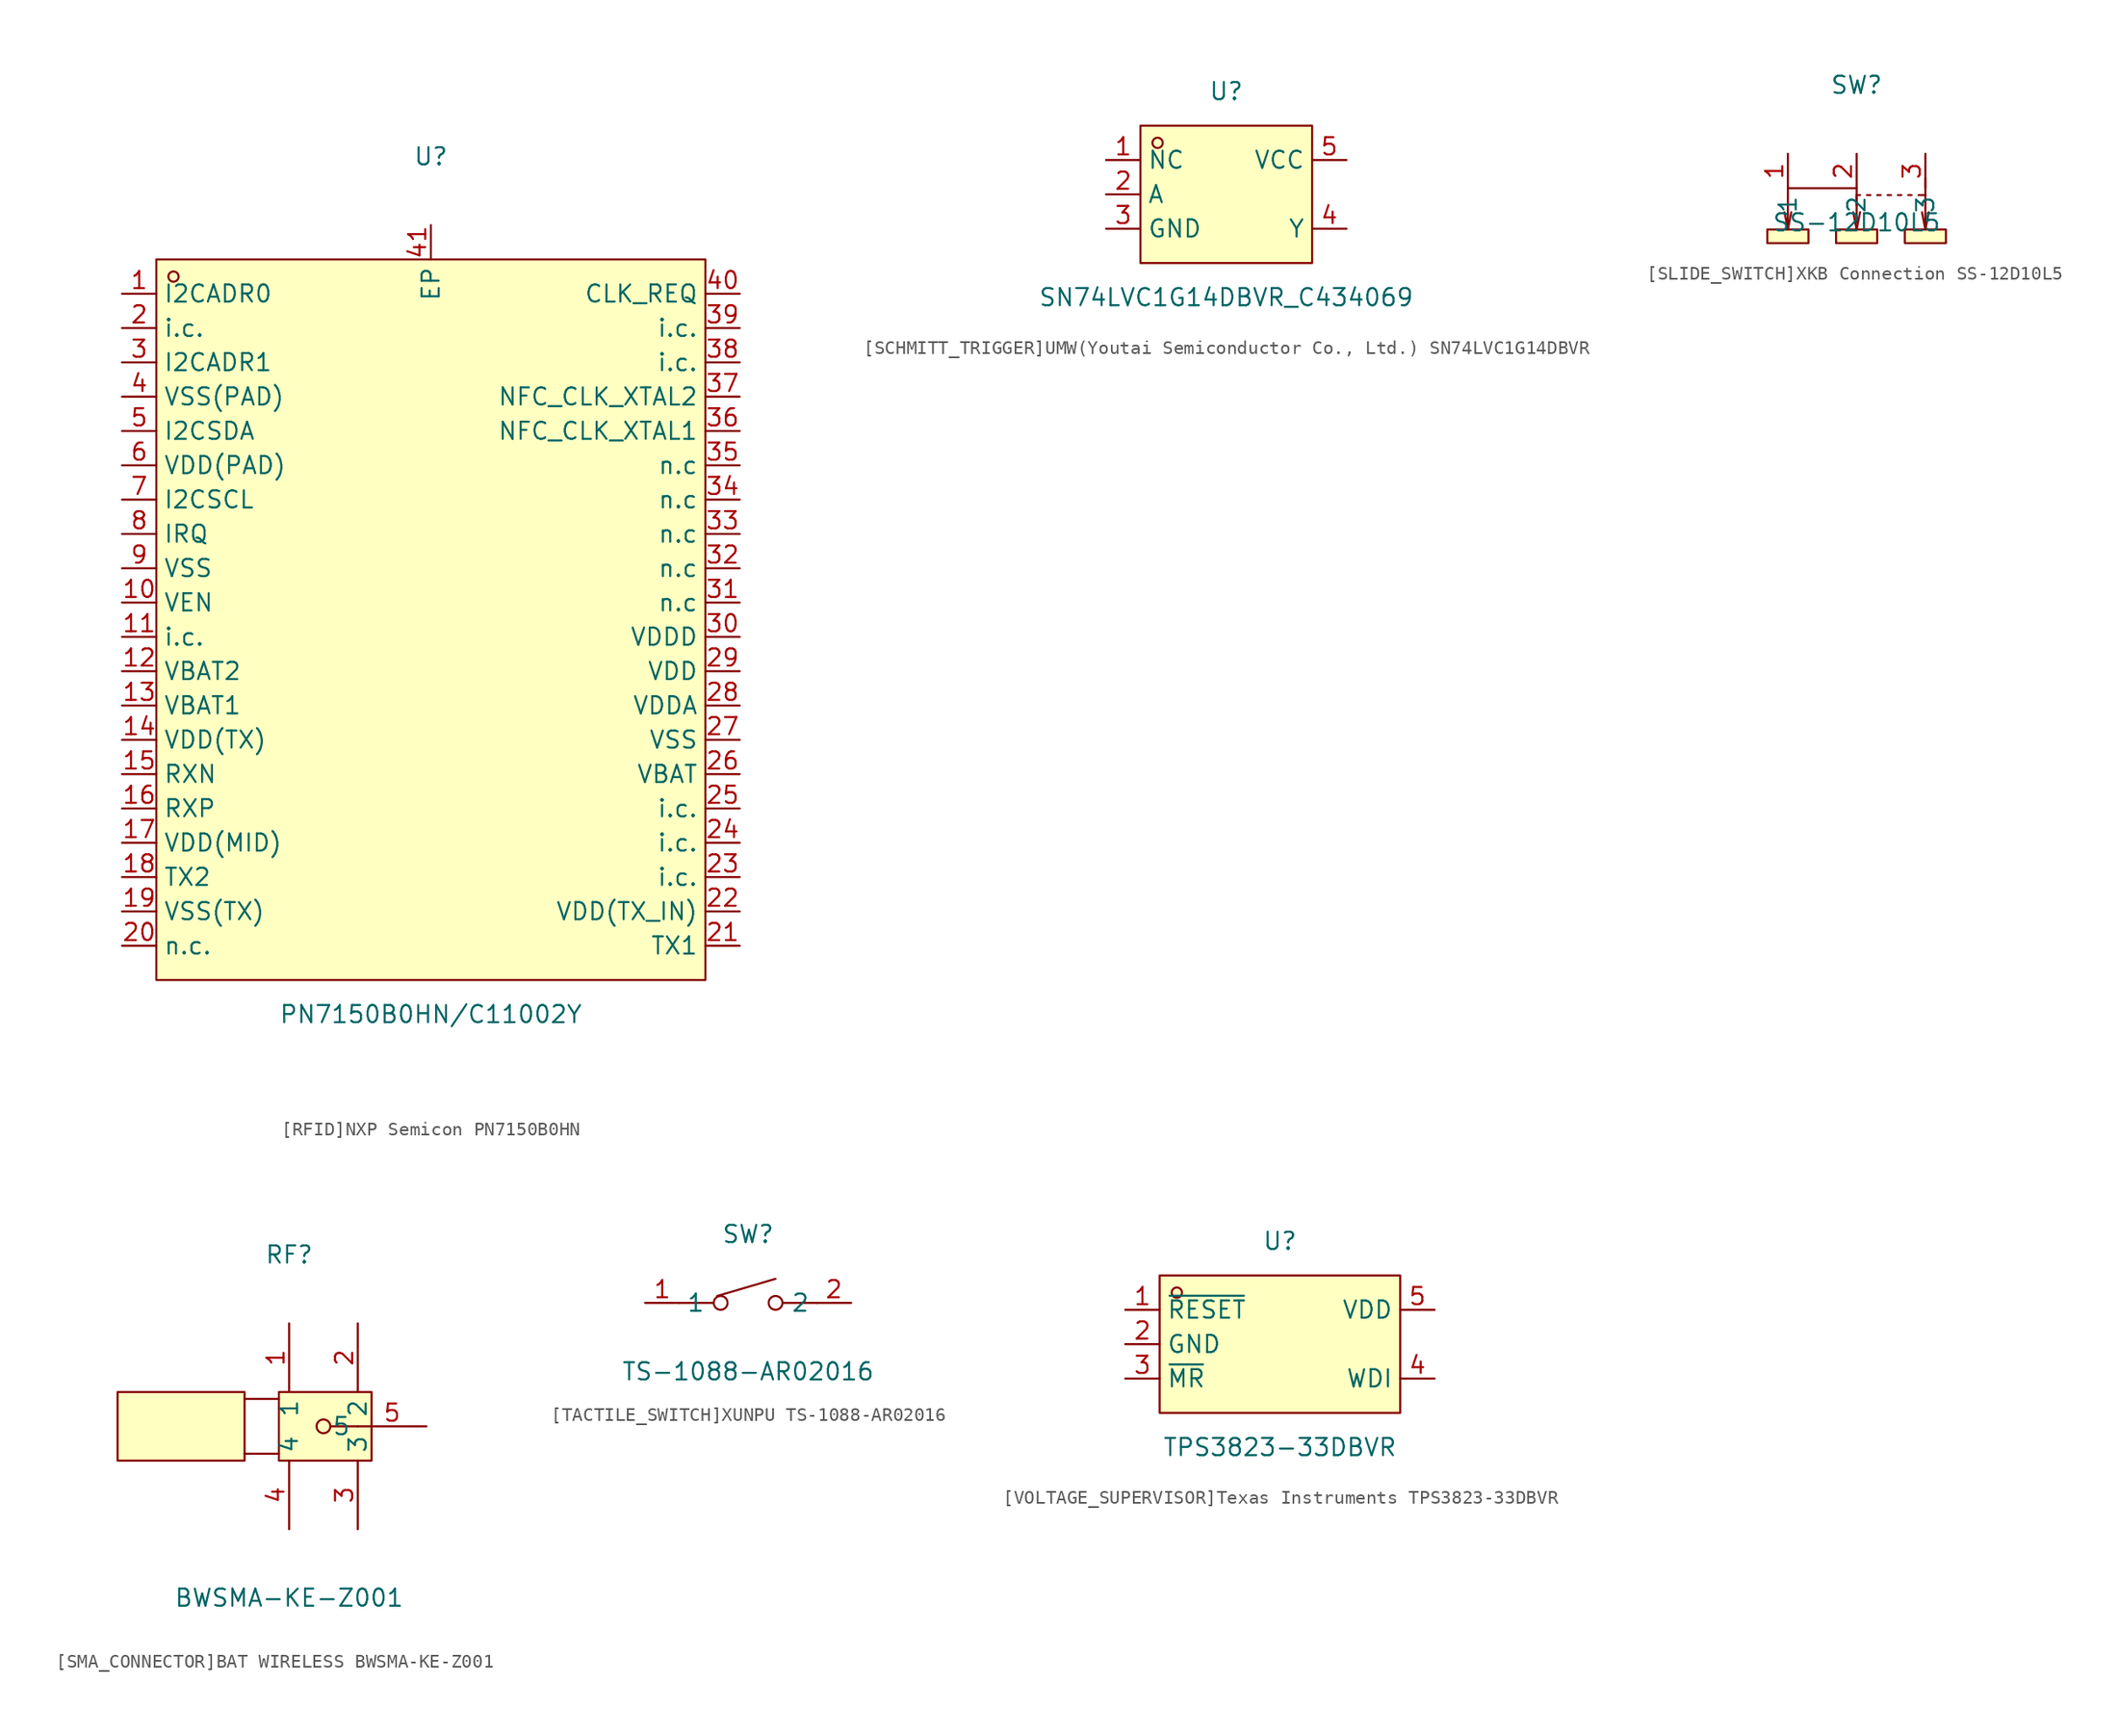
<source format=kicad_sym>
(kicad_symbol_lib
  (version 20220914)
  (generator kicad_symbol_editor)
  (symbol "[RFID]NXP Semicon PN7150B0HN"
    (property "Reference" "U"
      (at 0 34.29 0)
      (effects (font (size 1.27 1.27))))
    (property "Value" "PN7150B0HN/C11002Y"
      (at 0 -29.21 0)
      (effects (font (size 1.27 1.27))))
    (symbol "[RFID]NXP Semicon PN7150B0HN_0_1"
      (rectangle (start -20.32 26.67) (end 20.32 -26.67) (stroke (width 0) (type default)) (fill (type background)))
      (circle (center -19.05 25.4) (radius 0.38) (stroke (width 0) (type default)) (fill (type none)))
      (pin unspecified line (at -22.86 24.13 0) (length 2.54) (name "I2CADR0" (effects (font (size 1.27 1.27)))) (number "1" (effects (font (size 1.27 1.27)))))
      (pin unspecified line (at -22.86 1.27 0) (length 2.54) (name "VEN" (effects (font (size 1.27 1.27)))) (number "10" (effects (font (size 1.27 1.27)))))
      (pin unspecified line (at -22.86 -1.27 0) (length 2.54) (name "i.c." (effects (font (size 1.27 1.27)))) (number "11" (effects (font (size 1.27 1.27)))))
      (pin unspecified line (at -22.86 -3.81 0) (length 2.54) (name "VBAT2" (effects (font (size 1.27 1.27)))) (number "12" (effects (font (size 1.27 1.27)))))
      (pin unspecified line (at -22.86 -6.35 0) (length 2.54) (name "VBAT1" (effects (font (size 1.27 1.27)))) (number "13" (effects (font (size 1.27 1.27)))))
      (pin unspecified line (at -22.86 -8.89 0) (length 2.54) (name "VDD(TX)" (effects (font (size 1.27 1.27)))) (number "14" (effects (font (size 1.27 1.27)))))
      (pin unspecified line (at -22.86 -11.43 0) (length 2.54) (name "RXN" (effects (font (size 1.27 1.27)))) (number "15" (effects (font (size 1.27 1.27)))))
      (pin unspecified line (at -22.86 -13.97 0) (length 2.54) (name "RXP" (effects (font (size 1.27 1.27)))) (number "16" (effects (font (size 1.27 1.27)))))
      (pin unspecified line (at -22.86 -16.51 0) (length 2.54) (name "VDD(MID)" (effects (font (size 1.27 1.27)))) (number "17" (effects (font (size 1.27 1.27)))))
      (pin unspecified line (at -22.86 -19.05 0) (length 2.54) (name "TX2" (effects (font (size 1.27 1.27)))) (number "18" (effects (font (size 1.27 1.27)))))
      (pin unspecified line (at -22.86 -21.59 0) (length 2.54) (name "VSS(TX)" (effects (font (size 1.27 1.27)))) (number "19" (effects (font (size 1.27 1.27)))))
      (pin unspecified line (at -22.86 21.59 0) (length 2.54) (name "i.c." (effects (font (size 1.27 1.27)))) (number "2" (effects (font (size 1.27 1.27)))))
      (pin unspecified line (at -22.86 -24.13 0) (length 2.54) (name "n.c." (effects (font (size 1.27 1.27)))) (number "20" (effects (font (size 1.27 1.27)))))
      (pin unspecified line (at 22.86 -24.13 180) (length 2.54) (name "TX1" (effects (font (size 1.27 1.27)))) (number "21" (effects (font (size 1.27 1.27)))))
      (pin unspecified line (at 22.86 -21.59 180) (length 2.54) (name "VDD(TX_IN)" (effects (font (size 1.27 1.27)))) (number "22" (effects (font (size 1.27 1.27)))))
      (pin unspecified line (at 22.86 -19.05 180) (length 2.54) (name "i.c." (effects (font (size 1.27 1.27)))) (number "23" (effects (font (size 1.27 1.27)))))
      (pin unspecified line (at 22.86 -16.51 180) (length 2.54) (name "i.c." (effects (font (size 1.27 1.27)))) (number "24" (effects (font (size 1.27 1.27)))))
      (pin unspecified line (at 22.86 -13.97 180) (length 2.54) (name "i.c." (effects (font (size 1.27 1.27)))) (number "25" (effects (font (size 1.27 1.27)))))
      (pin unspecified line (at 22.86 -11.43 180) (length 2.54) (name "VBAT" (effects (font (size 1.27 1.27)))) (number "26" (effects (font (size 1.27 1.27)))))
      (pin unspecified line (at 22.86 -8.89 180) (length 2.54) (name "VSS" (effects (font (size 1.27 1.27)))) (number "27" (effects (font (size 1.27 1.27)))))
      (pin unspecified line (at 22.86 -6.35 180) (length 2.54) (name "VDDA" (effects (font (size 1.27 1.27)))) (number "28" (effects (font (size 1.27 1.27)))))
      (pin unspecified line (at 22.86 -3.81 180) (length 2.54) (name "VDD" (effects (font (size 1.27 1.27)))) (number "29" (effects (font (size 1.27 1.27)))))
      (pin unspecified line (at -22.86 19.05 0) (length 2.54) (name "I2CADR1" (effects (font (size 1.27 1.27)))) (number "3" (effects (font (size 1.27 1.27)))))
      (pin unspecified line (at 22.86 -1.27 180) (length 2.54) (name "VDDD" (effects (font (size 1.27 1.27)))) (number "30" (effects (font (size 1.27 1.27)))))
      (pin unspecified line (at 22.86 1.27 180) (length 2.54) (name "n.c" (effects (font (size 1.27 1.27)))) (number "31" (effects (font (size 1.27 1.27)))))
      (pin unspecified line (at 22.86 3.81 180) (length 2.54) (name "n.c" (effects (font (size 1.27 1.27)))) (number "32" (effects (font (size 1.27 1.27)))))
      (pin unspecified line (at 22.86 6.35 180) (length 2.54) (name "n.c" (effects (font (size 1.27 1.27)))) (number "33" (effects (font (size 1.27 1.27)))))
      (pin unspecified line (at 22.86 8.89 180) (length 2.54) (name "n.c" (effects (font (size 1.27 1.27)))) (number "34" (effects (font (size 1.27 1.27)))))
      (pin unspecified line (at 22.86 11.43 180) (length 2.54) (name "n.c" (effects (font (size 1.27 1.27)))) (number "35" (effects (font (size 1.27 1.27)))))
      (pin unspecified line (at 22.86 13.97 180) (length 2.54) (name "NFC_CLK_XTAL1" (effects (font (size 1.27 1.27)))) (number "36" (effects (font (size 1.27 1.27)))))
      (pin unspecified line (at 22.86 16.51 180) (length 2.54) (name "NFC_CLK_XTAL2" (effects (font (size 1.27 1.27)))) (number "37" (effects (font (size 1.27 1.27)))))
      (pin unspecified line (at 22.86 19.05 180) (length 2.54) (name "i.c." (effects (font (size 1.27 1.27)))) (number "38" (effects (font (size 1.27 1.27)))))
      (pin unspecified line (at 22.86 21.59 180) (length 2.54) (name "i.c." (effects (font (size 1.27 1.27)))) (number "39" (effects (font (size 1.27 1.27)))))
      (pin unspecified line (at -22.86 16.51 0) (length 2.54) (name "VSS(PAD)" (effects (font (size 1.27 1.27)))) (number "4" (effects (font (size 1.27 1.27)))))
      (pin unspecified line (at 22.86 24.13 180) (length 2.54) (name "CLK_REQ" (effects (font (size 1.27 1.27)))) (number "40" (effects (font (size 1.27 1.27)))))
      (pin unspecified line (at 0 29.21 270) (length 2.54) (name "EP" (effects (font (size 1.27 1.27)))) (number "41" (effects (font (size 1.27 1.27)))))
      (pin unspecified line (at -22.86 13.97 0) (length 2.54) (name "I2CSDA" (effects (font (size 1.27 1.27)))) (number "5" (effects (font (size 1.27 1.27)))))
      (pin unspecified line (at -22.86 11.43 0) (length 2.54) (name "VDD(PAD)" (effects (font (size 1.27 1.27)))) (number "6" (effects (font (size 1.27 1.27)))))
      (pin unspecified line (at -22.86 8.89 0) (length 2.54) (name "I2CSCL" (effects (font (size 1.27 1.27)))) (number "7" (effects (font (size 1.27 1.27)))))
      (pin unspecified line (at -22.86 6.35 0) (length 2.54) (name "IRQ" (effects (font (size 1.27 1.27)))) (number "8" (effects (font (size 1.27 1.27)))))
      (pin unspecified line (at -22.86 3.81 0) (length 2.54) (name "VSS" (effects (font (size 1.27 1.27)))) (number "9" (effects (font (size 1.27 1.27)))))))
  (symbol "[SCHMITT_TRIGGER]UMW(Youtai Semiconductor Co., Ltd.) SN74LVC1G14DBVR"
    (property "Reference" "U"
      (at 0 7.62 0)
      (effects (font (size 1.27 1.27))))
    (property "Value" "SN74LVC1G14DBVR_C434069"
      (at 0 -7.62 0)
      (effects (font (size 1.27 1.27))))
    (symbol "[SCHMITT_TRIGGER]UMW(Youtai Semiconductor Co., Ltd.) SN74LVC1G14DBVR_0_1"
      (rectangle (start -6.35 5.08) (end 6.35 -5.08) (stroke (width 0) (type default)) (fill (type background)))
      (circle (center -5.08 3.81) (radius 0.38) (stroke (width 0) (type default)) (fill (type none)))
      (pin unspecified line (at -8.89 2.54 0) (length 2.54) (name "NC" (effects (font (size 1.27 1.27)))) (number "1" (effects (font (size 1.27 1.27)))))
      (pin unspecified line (at -8.89 0 0) (length 2.54) (name "A" (effects (font (size 1.27 1.27)))) (number "2" (effects (font (size 1.27 1.27)))))
      (pin unspecified line (at -8.89 -2.54 0) (length 2.54) (name "GND" (effects (font (size 1.27 1.27)))) (number "3" (effects (font (size 1.27 1.27)))))
      (pin unspecified line (at 8.89 -2.54 180) (length 2.54) (name "Y" (effects (font (size 1.27 1.27)))) (number "4" (effects (font (size 1.27 1.27)))))
      (pin unspecified line (at 8.89 2.54 180) (length 2.54) (name "VCC" (effects (font (size 1.27 1.27)))) (number "5" (effects (font (size 1.27 1.27)))))))
  (symbol "[SLIDE_SWITCH]XKB Connection SS-12D10L5"
    (property "Reference" "SW"
      (at 0 7.62 0)
      (effects (font (size 1.27 1.27))))
    (property "Value" "SS-12D10L5"
      (at 0 -2.54 0)
      (effects (font (size 1.27 1.27))))
    (symbol "[SLIDE_SWITCH]XKB Connection SS-12D10L5_0_1"
      (rectangle (start -6.6 -3.05) (end -3.56 -4.06) (stroke (width 0) (type default)) (fill (type background)))
      (rectangle (start -1.52 -3.05) (end 1.52 -4.06) (stroke (width 0) (type default)) (fill (type background)))
      (polyline (pts (xy -5.08 -3.05) (xy -5.33 -1.78)) (stroke (width 0) (type default)) (fill (type none)))
      (polyline (pts (xy -5.08 -3.05) (xy -4.83 -1.78)) (stroke (width 0) (type default)) (fill (type none)))
      (polyline (pts (xy 0 -3.05) (xy -0.25 -1.78)) (stroke (width 0) (type default)) (fill (type none)))
      (polyline (pts (xy 0 -3.05) (xy 0.25 -1.78)) (stroke (width 0) (type default)) (fill (type none)))
      (polyline (pts (xy 0 0) (xy 0 -1.27)) (stroke (width 0) (type default)) (fill (type none)))
      (polyline (pts (xy 0.76 -0.51) (xy 1.02 -0.51)) (stroke (width 0) (type default)) (fill (type none)))
      (polyline (pts (xy 1.52 -0.51) (xy 1.78 -0.51)) (stroke (width 0) (type default)) (fill (type none)))
      (polyline (pts (xy 2.29 -0.51) (xy 2.54 -0.51)) (stroke (width 0) (type default)) (fill (type none)))
      (polyline (pts (xy 3.05 -0.51) (xy 3.3 -0.51)) (stroke (width 0) (type default)) (fill (type none)))
      (polyline (pts (xy 3.81 -0.51) (xy 4.06 -0.51)) (stroke (width 0) (type default)) (fill (type none)))
      (polyline (pts (xy 4.57 -0.51) (xy 4.83 -0.51)) (stroke (width 0) (type default)) (fill (type none)))
      (polyline (pts (xy 5.08 -3.05) (xy 4.83 -1.78)) (stroke (width 0) (type default)) (fill (type none)))
      (polyline (pts (xy 5.08 -3.05) (xy 5.33 -1.78)) (stroke (width 0) (type default)) (fill (type none)))
      (polyline (pts (xy 5.08 0.76) (xy 5.08 -0.51)) (stroke (width 0) (type default)) (fill (type none)))
      (polyline (pts (xy 0 -2.54) (xy 0 -0.51) (xy 0.25 -0.51)) (stroke (width 0) (type default)) (fill (type none)))
      (polyline (pts (xy 4.83 -0.51) (xy 5.08 -0.51) (xy 5.08 -2.54)) (stroke (width 0) (type default)) (fill (type none)))
      (polyline (pts (xy -5.08 -3.05) (xy -5.08 0) (xy -2.54 0) (xy 0 0)) (stroke (width 0) (type default)) (fill (type none)))
      (rectangle (start 3.56 -3.05) (end 6.6 -4.06) (stroke (width 0) (type default)) (fill (type background)))
      (pin unspecified line (at -5.08 2.54 270) (length 2.54) (name "1" (effects (font (size 1.27 1.27)))) (number "1" (effects (font (size 1.27 1.27)))))
      (pin unspecified line (at 0 2.54 270) (length 2.54) (name "2" (effects (font (size 1.27 1.27)))) (number "2" (effects (font (size 1.27 1.27)))))
      (pin unspecified line (at 5.08 2.54 270) (length 2.54) (name "3" (effects (font (size 1.27 1.27)))) (number "3" (effects (font (size 1.27 1.27)))))))
  (symbol "[SMA_CONNECTOR]BAT WIRELESS BWSMA-KE-Z001"
    (property "Reference" "RF"
      (at 0 12.7 0)
      (effects (font (size 1.27 1.27))))
    (property "Value" "BWSMA-KE-Z001"
      (at 0 -12.7 0)
      (effects (font (size 1.27 1.27))))
    (symbol "[SMA_CONNECTOR]BAT WIRELESS BWSMA-KE-Z001_0_1"
      (rectangle (start -12.7 2.54) (end -3.3 -2.54) (stroke (width 0) (type default)) (fill (type background)))
      (rectangle (start -0.76 2.54) (end 6.1 -2.54) (stroke (width 0) (type default)) (fill (type background)))
      (polyline (pts (xy -3.3 -2.03) (xy -0.76 -2.03)) (stroke (width 0) (type default)) (fill (type none)))
      (polyline (pts (xy -3.3 2.03) (xy -0.76 2.03)) (stroke (width 0) (type default)) (fill (type none)))
      (polyline (pts (xy 3.05 0) (xy 5.08 0)) (stroke (width 0) (type default)) (fill (type none)))
      (circle (center 2.54 0) (radius 0.51) (stroke (width 0) (type default)) (fill (type none)))
      (pin unspecified line (at 0 7.62 270) (length 5.08) (name "1" (effects (font (size 1.27 1.27)))) (number "1" (effects (font (size 1.27 1.27)))))
      (pin unspecified line (at 5.08 7.62 270) (length 5.08) (name "2" (effects (font (size 1.27 1.27)))) (number "2" (effects (font (size 1.27 1.27)))))
      (pin unspecified line (at 5.08 -7.62 90) (length 5.08) (name "3" (effects (font (size 1.27 1.27)))) (number "3" (effects (font (size 1.27 1.27)))))
      (pin unspecified line (at 0 -7.62 90) (length 5.08) (name "4" (effects (font (size 1.27 1.27)))) (number "4" (effects (font (size 1.27 1.27)))))
      (pin unspecified line (at 10.16 0 180) (length 5.08) (name "5" (effects (font (size 1.27 1.27)))) (number "5" (effects (font (size 1.27 1.27)))))))
  (symbol "[TACTILE_SWITCH]XUNPU TS-1088-AR02016"
    (property "Reference" "SW"
      (at 0 5.08 0)
      (effects (font (size 1.27 1.27))))
    (property "Value" "TS-1088-AR02016"
      (at 0 -5.08 0)
      (effects (font (size 1.27 1.27))))
    (symbol "[TACTILE_SWITCH]XUNPU TS-1088-AR02016_0_1"
      (circle (center -2.03 0) (radius 0.51) (stroke (width 0) (type default)) (fill (type none)))
      (polyline (pts (xy -5.08 0) (xy -2.54 0)) (stroke (width 0) (type default)) (fill (type none)))
      (polyline (pts (xy -2.29 0.51) (xy 2.03 1.78)) (stroke (width 0) (type default)) (fill (type none)))
      (polyline (pts (xy 5.08 0) (xy 2.54 0)) (stroke (width 0) (type default)) (fill (type none)))
      (circle (center 2.03 0) (radius 0.51) (stroke (width 0) (type default)) (fill (type none)))
      (pin unspecified line (at -7.62 0 0) (length 2.54) (name "1" (effects (font (size 1.27 1.27)))) (number "1" (effects (font (size 1.27 1.27)))))
      (pin unspecified line (at 7.62 0 180) (length 2.54) (name "2" (effects (font (size 1.27 1.27)))) (number "2" (effects (font (size 1.27 1.27)))))))
  (symbol "[VOLTAGE_SUPERVISOR]Texas Instruments TPS3823-33DBVR"
    (property "Reference" "U"
      (at 0 7.62 0)
      (effects (font (size 1.27 1.27))))
    (property "Value" "TPS3823-33DBVR"
      (at 0 -7.62 0)
      (effects (font (size 1.27 1.27))))
    (symbol "[VOLTAGE_SUPERVISOR]Texas Instruments TPS3823-33DBVR_0_1"
      (rectangle (start -8.89 5.08) (end 8.89 -5.08) (stroke (width 0) (type default)) (fill (type background)))
      (circle (center -7.62 3.81) (radius 0.38) (stroke (width 0) (type default)) (fill (type none)))
      (pin unspecified line (at -11.43 2.54 0) (length 2.54) (name "~{RESET}" (effects (font (size 1.27 1.27)))) (number "1" (effects (font (size 1.27 1.27)))))
      (pin unspecified line (at -11.43 0 0) (length 2.54) (name "GND" (effects (font (size 1.27 1.27)))) (number "2" (effects (font (size 1.27 1.27)))))
      (pin unspecified line (at -11.43 -2.54 0) (length 2.54) (name "~{MR}" (effects (font (size 1.27 1.27)))) (number "3" (effects (font (size 1.27 1.27)))))
      (pin unspecified line (at 11.43 -2.54 180) (length 2.54) (name "WDI" (effects (font (size 1.27 1.27)))) (number "4" (effects (font (size 1.27 1.27)))))
      (pin unspecified line (at 11.43 2.54 180) (length 2.54) (name "VDD" (effects (font (size 1.27 1.27)))) (number "5" (effects (font (size 1.27 1.27))))))))
</source>
